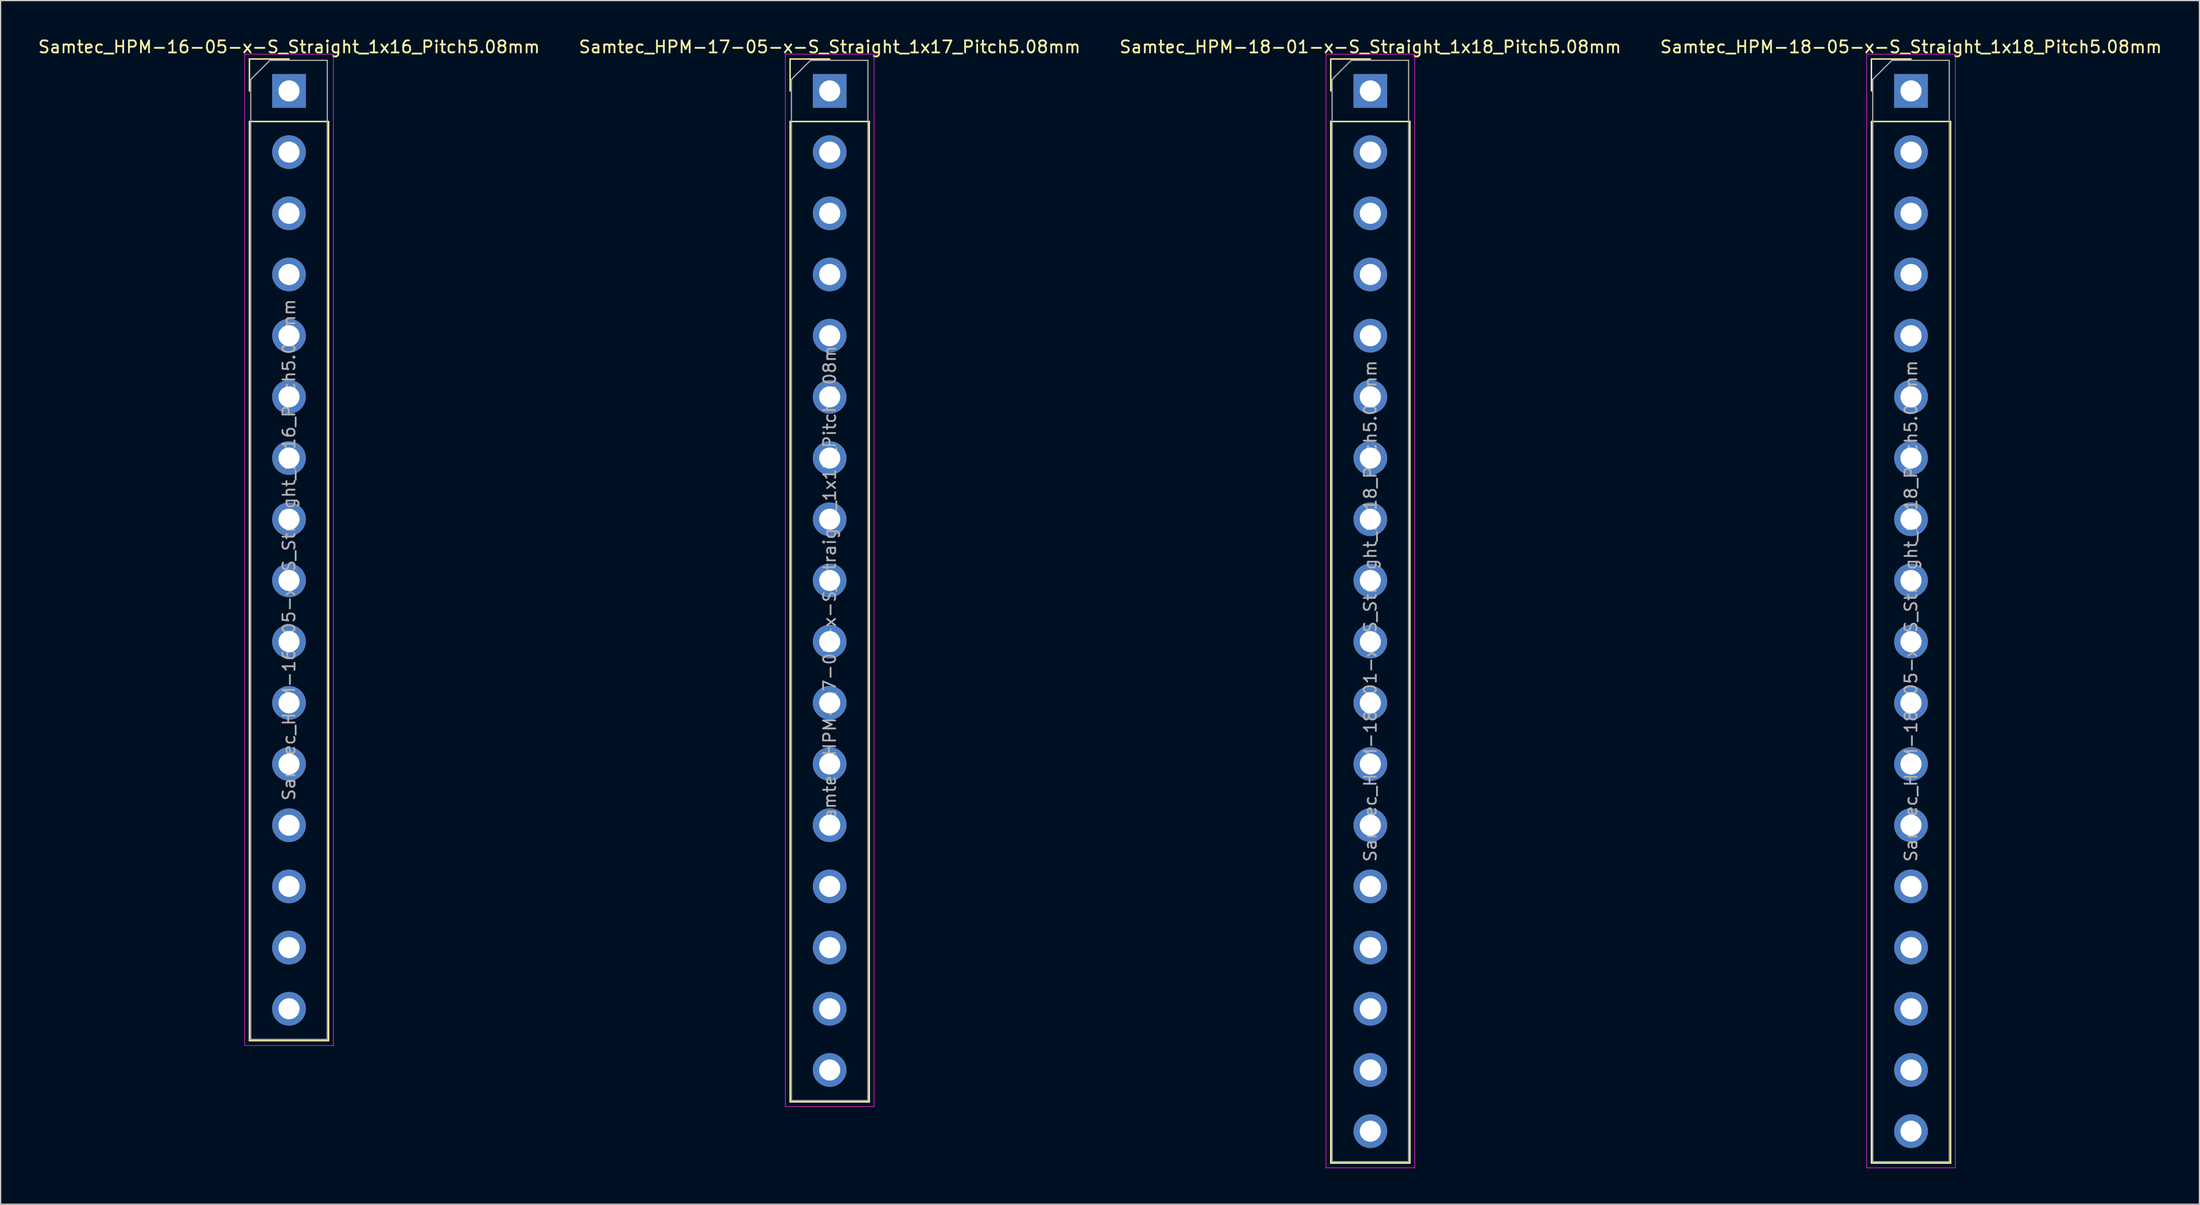
<source format=kicad_pcb>
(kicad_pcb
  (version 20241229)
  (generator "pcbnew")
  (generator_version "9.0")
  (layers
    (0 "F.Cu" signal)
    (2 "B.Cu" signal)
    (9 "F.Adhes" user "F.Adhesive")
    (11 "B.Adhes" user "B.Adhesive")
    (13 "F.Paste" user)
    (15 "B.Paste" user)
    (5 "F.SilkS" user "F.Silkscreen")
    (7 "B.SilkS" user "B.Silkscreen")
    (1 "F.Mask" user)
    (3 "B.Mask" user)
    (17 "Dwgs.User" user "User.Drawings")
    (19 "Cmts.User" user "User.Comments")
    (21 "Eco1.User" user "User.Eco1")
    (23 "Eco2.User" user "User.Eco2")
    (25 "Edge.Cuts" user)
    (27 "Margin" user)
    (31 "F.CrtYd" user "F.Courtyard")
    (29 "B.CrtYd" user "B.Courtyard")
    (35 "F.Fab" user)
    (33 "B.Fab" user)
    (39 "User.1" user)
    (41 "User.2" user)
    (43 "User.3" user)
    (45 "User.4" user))
  (footprint "Samtec_HPM-16-05-x-S_Straight_1x16_Pitch5.08mm"
    (layer "F.Cu")
    (at 20.935 4.498)
    (property "Reference" "Samtec_HPM-16-05-x-S_Straight_1x16_Pitch5.08mm" (at 0 -3.65 0) (layer "F.SilkS") (effects (font (size 1 1) (thickness 0.15))))
    (attr through_hole)
    (fp_line (start -3.285 -2.65) (end 0 -2.65) (stroke (width 0.12) (type solid)) (layer "F.SilkS"))
    (fp_line (start -3.285 0) (end -3.285 -2.65) (stroke (width 0.12) (type solid)) (layer "F.SilkS"))
    (fp_line (start -3.285 2.54) (end -3.285 78.85) (stroke (width 0.12) (type solid)) (layer "F.SilkS"))
    (fp_line (start -3.285 2.54) (end 3.285 2.54) (stroke (width 0.12) (type solid)) (layer "F.SilkS"))
    (fp_line (start -3.285 78.85) (end 3.285 78.85) (stroke (width 0.12) (type solid)) (layer "F.SilkS"))
    (fp_line (start 3.285 2.54) (end 3.285 78.85) (stroke (width 0.12) (type solid)) (layer "F.SilkS"))
    (fp_line (start -3.68 -3.05) (end -3.68 79.25) (stroke (width 0.05) (type solid)) (layer "F.CrtYd"))
    (fp_line (start -3.68 79.25) (end 3.68 79.25) (stroke (width 0.05) (type solid)) (layer "F.CrtYd"))
    (fp_line (start 3.68 -3.05) (end -3.68 -3.05) (stroke (width 0.05) (type solid)) (layer "F.CrtYd"))
    (fp_line (start 3.68 79.25) (end 3.68 -3.05) (stroke (width 0.05) (type solid)) (layer "F.CrtYd"))
    (fp_line (start -3.175 -0.953) (end -1.587 -2.54) (stroke (width 0.1) (type solid)) (layer "F.Fab"))
    (fp_line (start -3.175 78.74) (end -3.175 -0.953) (stroke (width 0.1) (type solid)) (layer "F.Fab"))
    (fp_line (start -1.587 -2.54) (end 3.175 -2.54) (stroke (width 0.1) (type solid)) (layer "F.Fab"))
    (fp_line (start 3.175 -2.54) (end 3.175 78.74) (stroke (width 0.1) (type solid)) (layer "F.Fab"))
    (fp_line (start 3.175 78.74) (end -3.175 78.74) (stroke (width 0.1) (type solid)) (layer "F.Fab"))
    (fp_text user "${REFERENCE}" (at 0 38.1 90) (layer "F.Fab") (effects (font (size 1 1) (thickness 0.15))))
    (pad "1" thru_hole rect (at 0 0) (size 2.8 2.8) (drill 1.75) (layers "*.Cu" "*.Mask"))
    (pad "2" thru_hole circle (at 0 5.08) (size 2.8 2.8) (drill 1.75) (layers "*.Cu" "*.Mask"))
    (pad "3" thru_hole circle (at 0 10.16) (size 2.8 2.8) (drill 1.75) (layers "*.Cu" "*.Mask"))
    (pad "4" thru_hole circle (at 0 15.24) (size 2.8 2.8) (drill 1.75) (layers "*.Cu" "*.Mask"))
    (pad "5" thru_hole circle (at 0 20.32) (size 2.8 2.8) (drill 1.75) (layers "*.Cu" "*.Mask"))
    (pad "6" thru_hole circle (at 0 25.4) (size 2.8 2.8) (drill 1.75) (layers "*.Cu" "*.Mask"))
    (pad "7" thru_hole circle (at 0 30.48) (size 2.8 2.8) (drill 1.75) (layers "*.Cu" "*.Mask"))
    (pad "8" thru_hole circle (at 0 35.56) (size 2.8 2.8) (drill 1.75) (layers "*.Cu" "*.Mask"))
    (pad "9" thru_hole circle (at 0 40.64) (size 2.8 2.8) (drill 1.75) (layers "*.Cu" "*.Mask"))
    (pad "10" thru_hole circle (at 0 45.72) (size 2.8 2.8) (drill 1.75) (layers "*.Cu" "*.Mask"))
    (pad "11" thru_hole circle (at 0 50.8) (size 2.8 2.8) (drill 1.75) (layers "*.Cu" "*.Mask"))
    (pad "12" thru_hole circle (at 0 55.88) (size 2.8 2.8) (drill 1.75) (layers "*.Cu" "*.Mask"))
    (pad "13" thru_hole circle (at 0 60.96) (size 2.8 2.8) (drill 1.75) (layers "*.Cu" "*.Mask"))
    (pad "14" thru_hole circle (at 0 66.04) (size 2.8 2.8) (drill 1.75) (layers "*.Cu" "*.Mask"))
    (pad "15" thru_hole circle (at 0 71.12) (size 2.8 2.8) (drill 1.75) (layers "*.Cu" "*.Mask"))
    (pad "16" thru_hole circle (at 0 76.2) (size 2.8 2.8) (drill 1.75) (layers "*.Cu" "*.Mask")))
  (footprint "Samtec_HPM-18-05-x-S_Straight_1x18_Pitch5.08mm"
    (layer "F.Cu")
    (at 155.542 4.498)
    (property "Reference" "Samtec_HPM-18-05-x-S_Straight_1x18_Pitch5.08mm" (at 0 -3.65 0) (layer "F.SilkS") (effects (font (size 1 1) (thickness 0.15))))
    (attr through_hole)
    (fp_line (start -3.285 -2.65) (end 0 -2.65) (stroke (width 0.12) (type solid)) (layer "F.SilkS"))
    (fp_line (start -3.285 0) (end -3.285 -2.65) (stroke (width 0.12) (type solid)) (layer "F.SilkS"))
    (fp_line (start -3.285 2.54) (end -3.285 89.01) (stroke (width 0.12) (type solid)) (layer "F.SilkS"))
    (fp_line (start -3.285 2.54) (end 3.285 2.54) (stroke (width 0.12) (type solid)) (layer "F.SilkS"))
    (fp_line (start -3.285 89.01) (end 3.285 89.01) (stroke (width 0.12) (type solid)) (layer "F.SilkS"))
    (fp_line (start 3.285 2.54) (end 3.285 89.01) (stroke (width 0.12) (type solid)) (layer "F.SilkS"))
    (fp_line (start -3.68 -3.05) (end -3.68 89.4) (stroke (width 0.05) (type solid)) (layer "F.CrtYd"))
    (fp_line (start -3.68 89.4) (end 3.68 89.4) (stroke (width 0.05) (type solid)) (layer "F.CrtYd"))
    (fp_line (start 3.68 -3.05) (end -3.68 -3.05) (stroke (width 0.05) (type solid)) (layer "F.CrtYd"))
    (fp_line (start 3.68 89.4) (end 3.68 -3.05) (stroke (width 0.05) (type solid)) (layer "F.CrtYd"))
    (fp_line (start -3.175 -0.953) (end -1.587 -2.54) (stroke (width 0.1) (type solid)) (layer "F.Fab"))
    (fp_line (start -3.175 88.9) (end -3.175 -0.953) (stroke (width 0.1) (type solid)) (layer "F.Fab"))
    (fp_line (start -1.587 -2.54) (end 3.175 -2.54) (stroke (width 0.1) (type solid)) (layer "F.Fab"))
    (fp_line (start 3.175 -2.54) (end 3.175 88.9) (stroke (width 0.1) (type solid)) (layer "F.Fab"))
    (fp_line (start 3.175 88.9) (end -3.175 88.9) (stroke (width 0.1) (type solid)) (layer "F.Fab"))
    (fp_text user "${REFERENCE}" (at 0 43.18 90) (layer "F.Fab") (effects (font (size 1 1) (thickness 0.15))))
    (pad "1" thru_hole rect (at 0 0) (size 2.8 2.8) (drill 1.75) (layers "*.Cu" "*.Mask"))
    (pad "2" thru_hole circle (at 0 5.08) (size 2.8 2.8) (drill 1.75) (layers "*.Cu" "*.Mask"))
    (pad "3" thru_hole circle (at 0 10.16) (size 2.8 2.8) (drill 1.75) (layers "*.Cu" "*.Mask"))
    (pad "4" thru_hole circle (at 0 15.24) (size 2.8 2.8) (drill 1.75) (layers "*.Cu" "*.Mask"))
    (pad "5" thru_hole circle (at 0 20.32) (size 2.8 2.8) (drill 1.75) (layers "*.Cu" "*.Mask"))
    (pad "6" thru_hole circle (at 0 25.4) (size 2.8 2.8) (drill 1.75) (layers "*.Cu" "*.Mask"))
    (pad "7" thru_hole circle (at 0 30.48) (size 2.8 2.8) (drill 1.75) (layers "*.Cu" "*.Mask"))
    (pad "8" thru_hole circle (at 0 35.56) (size 2.8 2.8) (drill 1.75) (layers "*.Cu" "*.Mask"))
    (pad "9" thru_hole circle (at 0 40.64) (size 2.8 2.8) (drill 1.75) (layers "*.Cu" "*.Mask"))
    (pad "10" thru_hole circle (at 0 45.72) (size 2.8 2.8) (drill 1.75) (layers "*.Cu" "*.Mask"))
    (pad "11" thru_hole circle (at 0 50.8) (size 2.8 2.8) (drill 1.75) (layers "*.Cu" "*.Mask"))
    (pad "12" thru_hole circle (at 0 55.88) (size 2.8 2.8) (drill 1.75) (layers "*.Cu" "*.Mask"))
    (pad "13" thru_hole circle (at 0 60.96) (size 2.8 2.8) (drill 1.75) (layers "*.Cu" "*.Mask"))
    (pad "14" thru_hole circle (at 0 66.04) (size 2.8 2.8) (drill 1.75) (layers "*.Cu" "*.Mask"))
    (pad "15" thru_hole circle (at 0 71.12) (size 2.8 2.8) (drill 1.75) (layers "*.Cu" "*.Mask"))
    (pad "16" thru_hole circle (at 0 76.2) (size 2.8 2.8) (drill 1.75) (layers "*.Cu" "*.Mask"))
    (pad "17" thru_hole circle (at 0 81.28) (size 2.8 2.8) (drill 1.75) (layers "*.Cu" "*.Mask"))
    (pad "18" thru_hole circle (at 0 86.36) (size 2.8 2.8) (drill 1.75) (layers "*.Cu" "*.Mask")))
  (footprint "Samtec_HPM-18-01-x-S_Straight_1x18_Pitch5.08mm"
    (layer "F.Cu")
    (at 110.673 4.498)
    (property "Reference" "Samtec_HPM-18-01-x-S_Straight_1x18_Pitch5.08mm" (at 0 -3.65 0) (layer "F.SilkS") (effects (font (size 1 1) (thickness 0.15))))
    (attr through_hole)
    (fp_line (start -3.285 -2.65) (end 0 -2.65) (stroke (width 0.12) (type solid)) (layer "F.SilkS"))
    (fp_line (start -3.285 0) (end -3.285 -2.65) (stroke (width 0.12) (type solid)) (layer "F.SilkS"))
    (fp_line (start -3.285 2.54) (end -3.285 89.01) (stroke (width 0.12) (type solid)) (layer "F.SilkS"))
    (fp_line (start -3.285 2.54) (end 3.285 2.54) (stroke (width 0.12) (type solid)) (layer "F.SilkS"))
    (fp_line (start -3.285 89.01) (end 3.285 89.01) (stroke (width 0.12) (type solid)) (layer "F.SilkS"))
    (fp_line (start 3.285 2.54) (end 3.285 89.01) (stroke (width 0.12) (type solid)) (layer "F.SilkS"))
    (fp_line (start -3.68 -3.05) (end -3.68 89.4) (stroke (width 0.05) (type solid)) (layer "F.CrtYd"))
    (fp_line (start -3.68 89.4) (end 3.68 89.4) (stroke (width 0.05) (type solid)) (layer "F.CrtYd"))
    (fp_line (start 3.68 -3.05) (end -3.68 -3.05) (stroke (width 0.05) (type solid)) (layer "F.CrtYd"))
    (fp_line (start 3.68 89.4) (end 3.68 -3.05) (stroke (width 0.05) (type solid)) (layer "F.CrtYd"))
    (fp_line (start -3.175 -0.953) (end -1.587 -2.54) (stroke (width 0.1) (type solid)) (layer "F.Fab"))
    (fp_line (start -3.175 88.9) (end -3.175 -0.953) (stroke (width 0.1) (type solid)) (layer "F.Fab"))
    (fp_line (start -1.587 -2.54) (end 3.175 -2.54) (stroke (width 0.1) (type solid)) (layer "F.Fab"))
    (fp_line (start 3.175 -2.54) (end 3.175 88.9) (stroke (width 0.1) (type solid)) (layer "F.Fab"))
    (fp_line (start 3.175 88.9) (end -3.175 88.9) (stroke (width 0.1) (type solid)) (layer "F.Fab"))
    (fp_text user "${REFERENCE}" (at 0 43.18 90) (layer "F.Fab") (effects (font (size 1 1) (thickness 0.15))))
    (pad "1" thru_hole rect (at 0 0) (size 2.8 2.8) (drill 1.75) (layers "*.Cu" "*.Mask"))
    (pad "2" thru_hole circle (at 0 5.08) (size 2.8 2.8) (drill 1.75) (layers "*.Cu" "*.Mask"))
    (pad "3" thru_hole circle (at 0 10.16) (size 2.8 2.8) (drill 1.75) (layers "*.Cu" "*.Mask"))
    (pad "4" thru_hole circle (at 0 15.24) (size 2.8 2.8) (drill 1.75) (layers "*.Cu" "*.Mask"))
    (pad "5" thru_hole circle (at 0 20.32) (size 2.8 2.8) (drill 1.75) (layers "*.Cu" "*.Mask"))
    (pad "6" thru_hole circle (at 0 25.4) (size 2.8 2.8) (drill 1.75) (layers "*.Cu" "*.Mask"))
    (pad "7" thru_hole circle (at 0 30.48) (size 2.8 2.8) (drill 1.75) (layers "*.Cu" "*.Mask"))
    (pad "8" thru_hole circle (at 0 35.56) (size 2.8 2.8) (drill 1.75) (layers "*.Cu" "*.Mask"))
    (pad "9" thru_hole circle (at 0 40.64) (size 2.8 2.8) (drill 1.75) (layers "*.Cu" "*.Mask"))
    (pad "10" thru_hole circle (at 0 45.72) (size 2.8 2.8) (drill 1.75) (layers "*.Cu" "*.Mask"))
    (pad "11" thru_hole circle (at 0 50.8) (size 2.8 2.8) (drill 1.75) (layers "*.Cu" "*.Mask"))
    (pad "12" thru_hole circle (at 0 55.88) (size 2.8 2.8) (drill 1.75) (layers "*.Cu" "*.Mask"))
    (pad "13" thru_hole circle (at 0 60.96) (size 2.8 2.8) (drill 1.75) (layers "*.Cu" "*.Mask"))
    (pad "14" thru_hole circle (at 0 66.04) (size 2.8 2.8) (drill 1.75) (layers "*.Cu" "*.Mask"))
    (pad "15" thru_hole circle (at 0 71.12) (size 2.8 2.8) (drill 1.75) (layers "*.Cu" "*.Mask"))
    (pad "16" thru_hole circle (at 0 76.2) (size 2.8 2.8) (drill 1.75) (layers "*.Cu" "*.Mask"))
    (pad "17" thru_hole circle (at 0 81.28) (size 2.8 2.8) (drill 1.75) (layers "*.Cu" "*.Mask"))
    (pad "18" thru_hole circle (at 0 86.36) (size 2.8 2.8) (drill 1.75) (layers "*.Cu" "*.Mask")))
  (footprint "Samtec_HPM-17-05-x-S_Straight_1x17_Pitch5.08mm"
    (layer "F.Cu")
    (at 65.804 4.498)
    (property "Reference" "Samtec_HPM-17-05-x-S_Straight_1x17_Pitch5.08mm" (at 0 -3.65 0) (layer "F.SilkS") (effects (font (size 1 1) (thickness 0.15))))
    (attr through_hole)
    (fp_line (start -3.285 -2.65) (end 0 -2.65) (stroke (width 0.12) (type solid)) (layer "F.SilkS"))
    (fp_line (start -3.285 0) (end -3.285 -2.65) (stroke (width 0.12) (type solid)) (layer "F.SilkS"))
    (fp_line (start -3.285 2.54) (end -3.285 83.93) (stroke (width 0.12) (type solid)) (layer "F.SilkS"))
    (fp_line (start -3.285 2.54) (end 3.285 2.54) (stroke (width 0.12) (type solid)) (layer "F.SilkS"))
    (fp_line (start -3.285 83.93) (end 3.285 83.93) (stroke (width 0.12) (type solid)) (layer "F.SilkS"))
    (fp_line (start 3.285 2.54) (end 3.285 83.93) (stroke (width 0.12) (type solid)) (layer "F.SilkS"))
    (fp_line (start -3.68 -3.05) (end -3.68 84.32) (stroke (width 0.05) (type solid)) (layer "F.CrtYd"))
    (fp_line (start -3.68 84.32) (end 3.68 84.32) (stroke (width 0.05) (type solid)) (layer "F.CrtYd"))
    (fp_line (start 3.68 -3.05) (end -3.68 -3.05) (stroke (width 0.05) (type solid)) (layer "F.CrtYd"))
    (fp_line (start 3.68 84.32) (end 3.68 -3.05) (stroke (width 0.05) (type solid)) (layer "F.CrtYd"))
    (fp_line (start -3.175 -0.953) (end -1.587 -2.54) (stroke (width 0.1) (type solid)) (layer "F.Fab"))
    (fp_line (start -3.175 83.82) (end -3.175 -0.953) (stroke (width 0.1) (type solid)) (layer "F.Fab"))
    (fp_line (start -1.587 -2.54) (end 3.175 -2.54) (stroke (width 0.1) (type solid)) (layer "F.Fab"))
    (fp_line (start 3.175 -2.54) (end 3.175 83.82) (stroke (width 0.1) (type solid)) (layer "F.Fab"))
    (fp_line (start 3.175 83.82) (end -3.175 83.82) (stroke (width 0.1) (type solid)) (layer "F.Fab"))
    (fp_text user "${REFERENCE}" (at 0 40.64 90) (layer "F.Fab") (effects (font (size 1 1) (thickness 0.15))))
    (pad "1" thru_hole rect (at 0 0) (size 2.8 2.8) (drill 1.75) (layers "*.Cu" "*.Mask"))
    (pad "2" thru_hole circle (at 0 5.08) (size 2.8 2.8) (drill 1.75) (layers "*.Cu" "*.Mask"))
    (pad "3" thru_hole circle (at 0 10.16) (size 2.8 2.8) (drill 1.75) (layers "*.Cu" "*.Mask"))
    (pad "4" thru_hole circle (at 0 15.24) (size 2.8 2.8) (drill 1.75) (layers "*.Cu" "*.Mask"))
    (pad "5" thru_hole circle (at 0 20.32) (size 2.8 2.8) (drill 1.75) (layers "*.Cu" "*.Mask"))
    (pad "6" thru_hole circle (at 0 25.4) (size 2.8 2.8) (drill 1.75) (layers "*.Cu" "*.Mask"))
    (pad "7" thru_hole circle (at 0 30.48) (size 2.8 2.8) (drill 1.75) (layers "*.Cu" "*.Mask"))
    (pad "8" thru_hole circle (at 0 35.56) (size 2.8 2.8) (drill 1.75) (layers "*.Cu" "*.Mask"))
    (pad "9" thru_hole circle (at 0 40.64) (size 2.8 2.8) (drill 1.75) (layers "*.Cu" "*.Mask"))
    (pad "10" thru_hole circle (at 0 45.72) (size 2.8 2.8) (drill 1.75) (layers "*.Cu" "*.Mask"))
    (pad "11" thru_hole circle (at 0 50.8) (size 2.8 2.8) (drill 1.75) (layers "*.Cu" "*.Mask"))
    (pad "12" thru_hole circle (at 0 55.88) (size 2.8 2.8) (drill 1.75) (layers "*.Cu" "*.Mask"))
    (pad "13" thru_hole circle (at 0 60.96) (size 2.8 2.8) (drill 1.75) (layers "*.Cu" "*.Mask"))
    (pad "14" thru_hole circle (at 0 66.04) (size 2.8 2.8) (drill 1.75) (layers "*.Cu" "*.Mask"))
    (pad "15" thru_hole circle (at 0 71.12) (size 2.8 2.8) (drill 1.75) (layers "*.Cu" "*.Mask"))
    (pad "16" thru_hole circle (at 0 76.2) (size 2.8 2.8) (drill 1.75) (layers "*.Cu" "*.Mask"))
    (pad "17" thru_hole circle (at 0 81.28) (size 2.8 2.8) (drill 1.75) (layers "*.Cu" "*.Mask")))
  (gr_rect
    (start -3 -3)
    (end 179.476 96.923)
    (stroke (width 0.1) (type default))
    (fill no)
    (layer "Edge.Cuts")))
</source>
